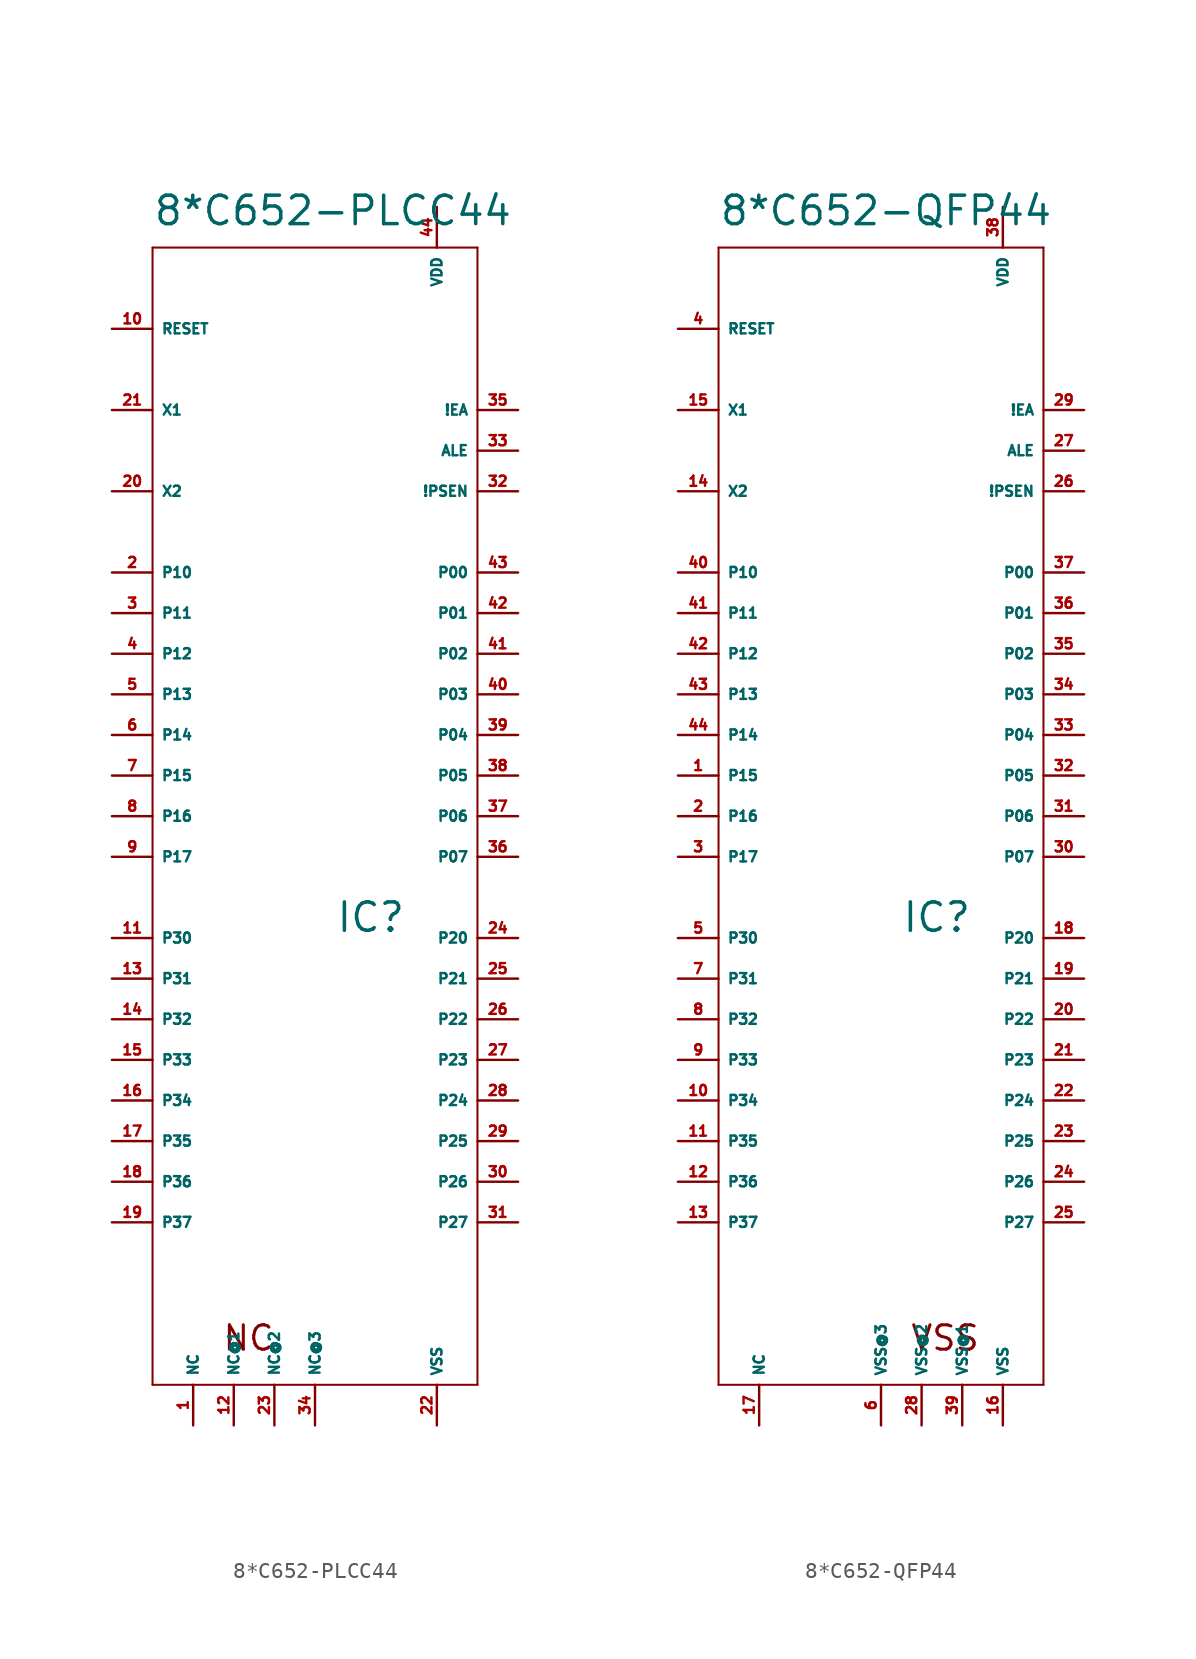
<source format=kicad_sym>
(kicad_symbol_lib
  (version 20220914)
  (generator Eagle2Kicad)
  (symbol "8*C652-PLCC44"
    (property "Reference" "IC"
      (at 1.27 -4.826 0)
      (effects (font (size 1.778 1.778) (thickness 0.22)) (justify left bottom)))
    (property "Value" "8*C652-PLCC44"
      (at -10.16 39.37 0)
      (effects (font (size 1.778 1.778) (thickness 0.22)) (justify left bottom)))
    (polyline
      (pts (xy -10.16 38.1) (xy 10.16 38.1))
      (stroke (width 0.127) (type default))
      (fill (type none)))
    (polyline
      (pts (xy 10.16 38.1) (xy 10.16 -33.02))
      (stroke (width 0.127) (type default))
      (fill (type none)))
    (polyline
      (pts (xy 10.16 -33.02) (xy -10.16 -33.02))
      (stroke (width 0.127) (type default))
      (fill (type none)))
    (polyline
      (pts (xy -10.16 -33.02) (xy -10.16 38.1))
      (stroke (width 0.127) (type default))
      (fill (type none)))
    (text "NC"
      (at -5.842 -30.988 0)
      (effects (font (size 1.524 1.524) (thickness 0.19)) (justify left bottom)))
    (pin bidirectional line
      (at -12.7 5.08 0)
      (length 2.54)
      (name "P15" (effects (font (size 0.635 0.635) (thickness 0.08)) (justify left bottom)))
      (number "7" (effects (font (size 0.635 0.635) (thickness 0.08)) (justify left bottom))))
    (pin bidirectional line
      (at -12.7 2.54 0)
      (length 2.54)
      (name "P16" (effects (font (size 0.635 0.635) (thickness 0.08)) (justify left bottom)))
      (number "8" (effects (font (size 0.635 0.635) (thickness 0.08)) (justify left bottom))))
    (pin bidirectional line
      (at -12.7 0 0)
      (length 2.54)
      (name "P17" (effects (font (size 0.635 0.635) (thickness 0.08)) (justify left bottom)))
      (number "9" (effects (font (size 0.635 0.635) (thickness 0.08)) (justify left bottom))))
    (pin bidirectional line
      (at -12.7 33.02 0)
      (length 2.54)
      (name "RESET" (effects (font (size 0.635 0.635) (thickness 0.08)) (justify left bottom)))
      (number "10" (effects (font (size 0.635 0.635) (thickness 0.08)) (justify left bottom))))
    (pin bidirectional line
      (at -12.7 -5.08 0)
      (length 2.54)
      (name "P30" (effects (font (size 0.635 0.635) (thickness 0.08)) (justify left bottom)))
      (number "11" (effects (font (size 0.635 0.635) (thickness 0.08)) (justify left bottom))))
    (pin bidirectional line
      (at -5.08 -35.56 90)
      (length 2.54)
      (name "NC@1" (effects (font (size 0.635 0.635) (thickness 0.08)) (justify left bottom)))
      (number "12" (effects (font (size 0.635 0.635) (thickness 0.08)) (justify left bottom))))
    (pin bidirectional line
      (at -12.7 -7.62 0)
      (length 2.54)
      (name "P31" (effects (font (size 0.635 0.635) (thickness 0.08)) (justify left bottom)))
      (number "13" (effects (font (size 0.635 0.635) (thickness 0.08)) (justify left bottom))))
    (pin bidirectional line
      (at -12.7 -10.16 0)
      (length 2.54)
      (name "P32" (effects (font (size 0.635 0.635) (thickness 0.08)) (justify left bottom)))
      (number "14" (effects (font (size 0.635 0.635) (thickness 0.08)) (justify left bottom))))
    (pin bidirectional line
      (at -12.7 -12.7 0)
      (length 2.54)
      (name "P33" (effects (font (size 0.635 0.635) (thickness 0.08)) (justify left bottom)))
      (number "15" (effects (font (size 0.635 0.635) (thickness 0.08)) (justify left bottom))))
    (pin bidirectional line
      (at -12.7 -15.24 0)
      (length 2.54)
      (name "P34" (effects (font (size 0.635 0.635) (thickness 0.08)) (justify left bottom)))
      (number "16" (effects (font (size 0.635 0.635) (thickness 0.08)) (justify left bottom))))
    (pin bidirectional line
      (at -12.7 -17.78 0)
      (length 2.54)
      (name "P35" (effects (font (size 0.635 0.635) (thickness 0.08)) (justify left bottom)))
      (number "17" (effects (font (size 0.635 0.635) (thickness 0.08)) (justify left bottom))))
    (pin bidirectional line
      (at -12.7 -20.32 0)
      (length 2.54)
      (name "P36" (effects (font (size 0.635 0.635) (thickness 0.08)) (justify left bottom)))
      (number "18" (effects (font (size 0.635 0.635) (thickness 0.08)) (justify left bottom))))
    (pin bidirectional line
      (at -12.7 -22.86 0)
      (length 2.54)
      (name "P37" (effects (font (size 0.635 0.635) (thickness 0.08)) (justify left bottom)))
      (number "19" (effects (font (size 0.635 0.635) (thickness 0.08)) (justify left bottom))))
    (pin output line
      (at -12.7 22.86 0)
      (length 2.54)
      (name "X2" (effects (font (size 0.635 0.635) (thickness 0.08)) (justify left bottom)))
      (number "20" (effects (font (size 0.635 0.635) (thickness 0.08)) (justify left bottom))))
    (pin input line
      (at -12.7 27.94 0)
      (length 2.54)
      (name "X1" (effects (font (size 0.635 0.635) (thickness 0.08)) (justify left bottom)))
      (number "21" (effects (font (size 0.635 0.635) (thickness 0.08)) (justify left bottom))))
    (pin unspecified line
      (at 7.62 -35.56 90)
      (length 2.54)
      (name "VSS" (effects (font (size 0.635 0.635) (thickness 0.08)) (justify left bottom)))
      (number "22" (effects (font (size 0.635 0.635) (thickness 0.08)) (justify left bottom))))
    (pin bidirectional line
      (at -7.62 -35.56 90)
      (length 2.54)
      (name "NC" (effects (font (size 0.635 0.635) (thickness 0.08)) (justify left bottom)))
      (number "1" (effects (font (size 0.635 0.635) (thickness 0.08)) (justify left bottom))))
    (pin bidirectional line
      (at 12.7 -5.08 180)
      (length 2.54)
      (name "P20" (effects (font (size 0.635 0.635) (thickness 0.08)) (justify left bottom)))
      (number "24" (effects (font (size 0.635 0.635) (thickness 0.08)) (justify left bottom))))
    (pin bidirectional line
      (at 12.7 -7.62 180)
      (length 2.54)
      (name "P21" (effects (font (size 0.635 0.635) (thickness 0.08)) (justify left bottom)))
      (number "25" (effects (font (size 0.635 0.635) (thickness 0.08)) (justify left bottom))))
    (pin bidirectional line
      (at 12.7 -10.16 180)
      (length 2.54)
      (name "P22" (effects (font (size 0.635 0.635) (thickness 0.08)) (justify left bottom)))
      (number "26" (effects (font (size 0.635 0.635) (thickness 0.08)) (justify left bottom))))
    (pin bidirectional line
      (at 12.7 -12.7 180)
      (length 2.54)
      (name "P23" (effects (font (size 0.635 0.635) (thickness 0.08)) (justify left bottom)))
      (number "27" (effects (font (size 0.635 0.635) (thickness 0.08)) (justify left bottom))))
    (pin bidirectional line
      (at 12.7 -15.24 180)
      (length 2.54)
      (name "P24" (effects (font (size 0.635 0.635) (thickness 0.08)) (justify left bottom)))
      (number "28" (effects (font (size 0.635 0.635) (thickness 0.08)) (justify left bottom))))
    (pin bidirectional line
      (at 12.7 -17.78 180)
      (length 2.54)
      (name "P25" (effects (font (size 0.635 0.635) (thickness 0.08)) (justify left bottom)))
      (number "29" (effects (font (size 0.635 0.635) (thickness 0.08)) (justify left bottom))))
    (pin bidirectional line
      (at 12.7 -20.32 180)
      (length 2.54)
      (name "P26" (effects (font (size 0.635 0.635) (thickness 0.08)) (justify left bottom)))
      (number "30" (effects (font (size 0.635 0.635) (thickness 0.08)) (justify left bottom))))
    (pin bidirectional line
      (at 12.7 -22.86 180)
      (length 2.54)
      (name "P27" (effects (font (size 0.635 0.635) (thickness 0.08)) (justify left bottom)))
      (number "31" (effects (font (size 0.635 0.635) (thickness 0.08)) (justify left bottom))))
    (pin output line
      (at 12.7 22.86 180)
      (length 2.54)
      (name "!PSEN" (effects (font (size 0.635 0.635) (thickness 0.08)) (justify left bottom)))
      (number "32" (effects (font (size 0.635 0.635) (thickness 0.08)) (justify left bottom))))
    (pin output line
      (at 12.7 25.4 180)
      (length 2.54)
      (name "ALE" (effects (font (size 0.635 0.635) (thickness 0.08)) (justify left bottom)))
      (number "33" (effects (font (size 0.635 0.635) (thickness 0.08)) (justify left bottom))))
    (pin bidirectional line
      (at -2.54 -35.56 90)
      (length 2.54)
      (name "NC@2" (effects (font (size 0.635 0.635) (thickness 0.08)) (justify left bottom)))
      (number "23" (effects (font (size 0.635 0.635) (thickness 0.08)) (justify left bottom))))
    (pin input line
      (at 12.7 27.94 180)
      (length 2.54)
      (name "!EA" (effects (font (size 0.635 0.635) (thickness 0.08)) (justify left bottom)))
      (number "35" (effects (font (size 0.635 0.635) (thickness 0.08)) (justify left bottom))))
    (pin bidirectional line
      (at 12.7 0 180)
      (length 2.54)
      (name "P07" (effects (font (size 0.635 0.635) (thickness 0.08)) (justify left bottom)))
      (number "36" (effects (font (size 0.635 0.635) (thickness 0.08)) (justify left bottom))))
    (pin bidirectional line
      (at 12.7 2.54 180)
      (length 2.54)
      (name "P06" (effects (font (size 0.635 0.635) (thickness 0.08)) (justify left bottom)))
      (number "37" (effects (font (size 0.635 0.635) (thickness 0.08)) (justify left bottom))))
    (pin bidirectional line
      (at 12.7 5.08 180)
      (length 2.54)
      (name "P05" (effects (font (size 0.635 0.635) (thickness 0.08)) (justify left bottom)))
      (number "38" (effects (font (size 0.635 0.635) (thickness 0.08)) (justify left bottom))))
    (pin bidirectional line
      (at 12.7 7.62 180)
      (length 2.54)
      (name "P04" (effects (font (size 0.635 0.635) (thickness 0.08)) (justify left bottom)))
      (number "39" (effects (font (size 0.635 0.635) (thickness 0.08)) (justify left bottom))))
    (pin bidirectional line
      (at 12.7 10.16 180)
      (length 2.54)
      (name "P03" (effects (font (size 0.635 0.635) (thickness 0.08)) (justify left bottom)))
      (number "40" (effects (font (size 0.635 0.635) (thickness 0.08)) (justify left bottom))))
    (pin bidirectional line
      (at 12.7 12.7 180)
      (length 2.54)
      (name "P02" (effects (font (size 0.635 0.635) (thickness 0.08)) (justify left bottom)))
      (number "41" (effects (font (size 0.635 0.635) (thickness 0.08)) (justify left bottom))))
    (pin bidirectional line
      (at 12.7 15.24 180)
      (length 2.54)
      (name "P01" (effects (font (size 0.635 0.635) (thickness 0.08)) (justify left bottom)))
      (number "42" (effects (font (size 0.635 0.635) (thickness 0.08)) (justify left bottom))))
    (pin bidirectional line
      (at 12.7 17.78 180)
      (length 2.54)
      (name "P00" (effects (font (size 0.635 0.635) (thickness 0.08)) (justify left bottom)))
      (number "43" (effects (font (size 0.635 0.635) (thickness 0.08)) (justify left bottom))))
    (pin unspecified line
      (at 7.62 40.64 270)
      (length 2.54)
      (name "VDD" (effects (font (size 0.635 0.635) (thickness 0.08)) (justify left bottom)))
      (number "44" (effects (font (size 0.635 0.635) (thickness 0.08)) (justify left bottom))))
    (pin bidirectional line
      (at 0 -35.56 90)
      (length 2.54)
      (name "NC@3" (effects (font (size 0.635 0.635) (thickness 0.08)) (justify left bottom)))
      (number "34" (effects (font (size 0.635 0.635) (thickness 0.08)) (justify left bottom))))
    (pin bidirectional line
      (at -12.7 17.78 0)
      (length 2.54)
      (name "P10" (effects (font (size 0.635 0.635) (thickness 0.08)) (justify left bottom)))
      (number "2" (effects (font (size 0.635 0.635) (thickness 0.08)) (justify left bottom))))
    (pin bidirectional line
      (at -12.7 15.24 0)
      (length 2.54)
      (name "P11" (effects (font (size 0.635 0.635) (thickness 0.08)) (justify left bottom)))
      (number "3" (effects (font (size 0.635 0.635) (thickness 0.08)) (justify left bottom))))
    (pin bidirectional line
      (at -12.7 12.7 0)
      (length 2.54)
      (name "P12" (effects (font (size 0.635 0.635) (thickness 0.08)) (justify left bottom)))
      (number "4" (effects (font (size 0.635 0.635) (thickness 0.08)) (justify left bottom))))
    (pin bidirectional line
      (at -12.7 10.16 0)
      (length 2.54)
      (name "P13" (effects (font (size 0.635 0.635) (thickness 0.08)) (justify left bottom)))
      (number "5" (effects (font (size 0.635 0.635) (thickness 0.08)) (justify left bottom))))
    (pin bidirectional line
      (at -12.7 7.62 0)
      (length 2.54)
      (name "P14" (effects (font (size 0.635 0.635) (thickness 0.08)) (justify left bottom)))
      (number "6" (effects (font (size 0.635 0.635) (thickness 0.08)) (justify left bottom)))))
  (symbol "8*C652-QFP44"
    (property "Reference" "IC"
      (at 1.27 -4.826 0)
      (effects (font (size 1.778 1.778) (thickness 0.22)) (justify left bottom)))
    (property "Value" "8*C652-QFP44"
      (at -10.16 39.37 0)
      (effects (font (size 1.778 1.778) (thickness 0.22)) (justify left bottom)))
    (polyline
      (pts (xy -10.16 38.1) (xy 10.16 38.1))
      (stroke (width 0.127) (type default))
      (fill (type none)))
    (polyline
      (pts (xy 10.16 38.1) (xy 10.16 -33.02))
      (stroke (width 0.127) (type default))
      (fill (type none)))
    (polyline
      (pts (xy 10.16 -33.02) (xy -10.16 -33.02))
      (stroke (width 0.127) (type default))
      (fill (type none)))
    (polyline
      (pts (xy -10.16 -33.02) (xy -10.16 38.1))
      (stroke (width 0.127) (type default))
      (fill (type none)))
    (text "VSS"
      (at 1.778 -30.988 0)
      (effects (font (size 1.524 1.524) (thickness 0.19)) (justify left bottom)))
    (pin bidirectional line
      (at -12.7 5.08 0)
      (length 2.54)
      (name "P15" (effects (font (size 0.635 0.635) (thickness 0.08)) (justify left bottom)))
      (number "1" (effects (font (size 0.635 0.635) (thickness 0.08)) (justify left bottom))))
    (pin bidirectional line
      (at -12.7 2.54 0)
      (length 2.54)
      (name "P16" (effects (font (size 0.635 0.635) (thickness 0.08)) (justify left bottom)))
      (number "2" (effects (font (size 0.635 0.635) (thickness 0.08)) (justify left bottom))))
    (pin bidirectional line
      (at -12.7 0 0)
      (length 2.54)
      (name "P17" (effects (font (size 0.635 0.635) (thickness 0.08)) (justify left bottom)))
      (number "3" (effects (font (size 0.635 0.635) (thickness 0.08)) (justify left bottom))))
    (pin bidirectional line
      (at -12.7 33.02 0)
      (length 2.54)
      (name "RESET" (effects (font (size 0.635 0.635) (thickness 0.08)) (justify left bottom)))
      (number "4" (effects (font (size 0.635 0.635) (thickness 0.08)) (justify left bottom))))
    (pin bidirectional line
      (at -12.7 -5.08 0)
      (length 2.54)
      (name "P30" (effects (font (size 0.635 0.635) (thickness 0.08)) (justify left bottom)))
      (number "5" (effects (font (size 0.635 0.635) (thickness 0.08)) (justify left bottom))))
    (pin bidirectional line
      (at 0 -35.56 90)
      (length 2.54)
      (name "VSS@3" (effects (font (size 0.635 0.635) (thickness 0.08)) (justify left bottom)))
      (number "6" (effects (font (size 0.635 0.635) (thickness 0.08)) (justify left bottom))))
    (pin bidirectional line
      (at -12.7 -7.62 0)
      (length 2.54)
      (name "P31" (effects (font (size 0.635 0.635) (thickness 0.08)) (justify left bottom)))
      (number "7" (effects (font (size 0.635 0.635) (thickness 0.08)) (justify left bottom))))
    (pin bidirectional line
      (at -12.7 -10.16 0)
      (length 2.54)
      (name "P32" (effects (font (size 0.635 0.635) (thickness 0.08)) (justify left bottom)))
      (number "8" (effects (font (size 0.635 0.635) (thickness 0.08)) (justify left bottom))))
    (pin bidirectional line
      (at -12.7 -12.7 0)
      (length 2.54)
      (name "P33" (effects (font (size 0.635 0.635) (thickness 0.08)) (justify left bottom)))
      (number "9" (effects (font (size 0.635 0.635) (thickness 0.08)) (justify left bottom))))
    (pin bidirectional line
      (at -12.7 -15.24 0)
      (length 2.54)
      (name "P34" (effects (font (size 0.635 0.635) (thickness 0.08)) (justify left bottom)))
      (number "10" (effects (font (size 0.635 0.635) (thickness 0.08)) (justify left bottom))))
    (pin bidirectional line
      (at -12.7 -17.78 0)
      (length 2.54)
      (name "P35" (effects (font (size 0.635 0.635) (thickness 0.08)) (justify left bottom)))
      (number "11" (effects (font (size 0.635 0.635) (thickness 0.08)) (justify left bottom))))
    (pin bidirectional line
      (at -12.7 -20.32 0)
      (length 2.54)
      (name "P36" (effects (font (size 0.635 0.635) (thickness 0.08)) (justify left bottom)))
      (number "12" (effects (font (size 0.635 0.635) (thickness 0.08)) (justify left bottom))))
    (pin bidirectional line
      (at -12.7 -22.86 0)
      (length 2.54)
      (name "P37" (effects (font (size 0.635 0.635) (thickness 0.08)) (justify left bottom)))
      (number "13" (effects (font (size 0.635 0.635) (thickness 0.08)) (justify left bottom))))
    (pin output line
      (at -12.7 22.86 0)
      (length 2.54)
      (name "X2" (effects (font (size 0.635 0.635) (thickness 0.08)) (justify left bottom)))
      (number "14" (effects (font (size 0.635 0.635) (thickness 0.08)) (justify left bottom))))
    (pin input line
      (at -12.7 27.94 0)
      (length 2.54)
      (name "X1" (effects (font (size 0.635 0.635) (thickness 0.08)) (justify left bottom)))
      (number "15" (effects (font (size 0.635 0.635) (thickness 0.08)) (justify left bottom))))
    (pin unspecified line
      (at 7.62 -35.56 90)
      (length 2.54)
      (name "VSS" (effects (font (size 0.635 0.635) (thickness 0.08)) (justify left bottom)))
      (number "16" (effects (font (size 0.635 0.635) (thickness 0.08)) (justify left bottom))))
    (pin bidirectional line
      (at -7.62 -35.56 90)
      (length 2.54)
      (name "NC" (effects (font (size 0.635 0.635) (thickness 0.08)) (justify left bottom)))
      (number "17" (effects (font (size 0.635 0.635) (thickness 0.08)) (justify left bottom))))
    (pin bidirectional line
      (at 12.7 -5.08 180)
      (length 2.54)
      (name "P20" (effects (font (size 0.635 0.635) (thickness 0.08)) (justify left bottom)))
      (number "18" (effects (font (size 0.635 0.635) (thickness 0.08)) (justify left bottom))))
    (pin bidirectional line
      (at 12.7 -7.62 180)
      (length 2.54)
      (name "P21" (effects (font (size 0.635 0.635) (thickness 0.08)) (justify left bottom)))
      (number "19" (effects (font (size 0.635 0.635) (thickness 0.08)) (justify left bottom))))
    (pin bidirectional line
      (at 12.7 -10.16 180)
      (length 2.54)
      (name "P22" (effects (font (size 0.635 0.635) (thickness 0.08)) (justify left bottom)))
      (number "20" (effects (font (size 0.635 0.635) (thickness 0.08)) (justify left bottom))))
    (pin bidirectional line
      (at 12.7 -12.7 180)
      (length 2.54)
      (name "P23" (effects (font (size 0.635 0.635) (thickness 0.08)) (justify left bottom)))
      (number "21" (effects (font (size 0.635 0.635) (thickness 0.08)) (justify left bottom))))
    (pin bidirectional line
      (at 12.7 -15.24 180)
      (length 2.54)
      (name "P24" (effects (font (size 0.635 0.635) (thickness 0.08)) (justify left bottom)))
      (number "22" (effects (font (size 0.635 0.635) (thickness 0.08)) (justify left bottom))))
    (pin bidirectional line
      (at 12.7 -17.78 180)
      (length 2.54)
      (name "P25" (effects (font (size 0.635 0.635) (thickness 0.08)) (justify left bottom)))
      (number "23" (effects (font (size 0.635 0.635) (thickness 0.08)) (justify left bottom))))
    (pin bidirectional line
      (at 12.7 -20.32 180)
      (length 2.54)
      (name "P26" (effects (font (size 0.635 0.635) (thickness 0.08)) (justify left bottom)))
      (number "24" (effects (font (size 0.635 0.635) (thickness 0.08)) (justify left bottom))))
    (pin bidirectional line
      (at 12.7 -22.86 180)
      (length 2.54)
      (name "P27" (effects (font (size 0.635 0.635) (thickness 0.08)) (justify left bottom)))
      (number "25" (effects (font (size 0.635 0.635) (thickness 0.08)) (justify left bottom))))
    (pin output line
      (at 12.7 22.86 180)
      (length 2.54)
      (name "!PSEN" (effects (font (size 0.635 0.635) (thickness 0.08)) (justify left bottom)))
      (number "26" (effects (font (size 0.635 0.635) (thickness 0.08)) (justify left bottom))))
    (pin output line
      (at 12.7 25.4 180)
      (length 2.54)
      (name "ALE" (effects (font (size 0.635 0.635) (thickness 0.08)) (justify left bottom)))
      (number "27" (effects (font (size 0.635 0.635) (thickness 0.08)) (justify left bottom))))
    (pin bidirectional line
      (at 2.54 -35.56 90)
      (length 2.54)
      (name "VSS@2" (effects (font (size 0.635 0.635) (thickness 0.08)) (justify left bottom)))
      (number "28" (effects (font (size 0.635 0.635) (thickness 0.08)) (justify left bottom))))
    (pin input line
      (at 12.7 27.94 180)
      (length 2.54)
      (name "!EA" (effects (font (size 0.635 0.635) (thickness 0.08)) (justify left bottom)))
      (number "29" (effects (font (size 0.635 0.635) (thickness 0.08)) (justify left bottom))))
    (pin bidirectional line
      (at 12.7 0 180)
      (length 2.54)
      (name "P07" (effects (font (size 0.635 0.635) (thickness 0.08)) (justify left bottom)))
      (number "30" (effects (font (size 0.635 0.635) (thickness 0.08)) (justify left bottom))))
    (pin bidirectional line
      (at 12.7 2.54 180)
      (length 2.54)
      (name "P06" (effects (font (size 0.635 0.635) (thickness 0.08)) (justify left bottom)))
      (number "31" (effects (font (size 0.635 0.635) (thickness 0.08)) (justify left bottom))))
    (pin bidirectional line
      (at 12.7 5.08 180)
      (length 2.54)
      (name "P05" (effects (font (size 0.635 0.635) (thickness 0.08)) (justify left bottom)))
      (number "32" (effects (font (size 0.635 0.635) (thickness 0.08)) (justify left bottom))))
    (pin bidirectional line
      (at 12.7 7.62 180)
      (length 2.54)
      (name "P04" (effects (font (size 0.635 0.635) (thickness 0.08)) (justify left bottom)))
      (number "33" (effects (font (size 0.635 0.635) (thickness 0.08)) (justify left bottom))))
    (pin bidirectional line
      (at 12.7 10.16 180)
      (length 2.54)
      (name "P03" (effects (font (size 0.635 0.635) (thickness 0.08)) (justify left bottom)))
      (number "34" (effects (font (size 0.635 0.635) (thickness 0.08)) (justify left bottom))))
    (pin bidirectional line
      (at 12.7 12.7 180)
      (length 2.54)
      (name "P02" (effects (font (size 0.635 0.635) (thickness 0.08)) (justify left bottom)))
      (number "35" (effects (font (size 0.635 0.635) (thickness 0.08)) (justify left bottom))))
    (pin bidirectional line
      (at 12.7 15.24 180)
      (length 2.54)
      (name "P01" (effects (font (size 0.635 0.635) (thickness 0.08)) (justify left bottom)))
      (number "36" (effects (font (size 0.635 0.635) (thickness 0.08)) (justify left bottom))))
    (pin bidirectional line
      (at 12.7 17.78 180)
      (length 2.54)
      (name "P00" (effects (font (size 0.635 0.635) (thickness 0.08)) (justify left bottom)))
      (number "37" (effects (font (size 0.635 0.635) (thickness 0.08)) (justify left bottom))))
    (pin unspecified line
      (at 7.62 40.64 270)
      (length 2.54)
      (name "VDD" (effects (font (size 0.635 0.635) (thickness 0.08)) (justify left bottom)))
      (number "38" (effects (font (size 0.635 0.635) (thickness 0.08)) (justify left bottom))))
    (pin bidirectional line
      (at 5.08 -35.56 90)
      (length 2.54)
      (name "VSS@1" (effects (font (size 0.635 0.635) (thickness 0.08)) (justify left bottom)))
      (number "39" (effects (font (size 0.635 0.635) (thickness 0.08)) (justify left bottom))))
    (pin bidirectional line
      (at -12.7 17.78 0)
      (length 2.54)
      (name "P10" (effects (font (size 0.635 0.635) (thickness 0.08)) (justify left bottom)))
      (number "40" (effects (font (size 0.635 0.635) (thickness 0.08)) (justify left bottom))))
    (pin bidirectional line
      (at -12.7 15.24 0)
      (length 2.54)
      (name "P11" (effects (font (size 0.635 0.635) (thickness 0.08)) (justify left bottom)))
      (number "41" (effects (font (size 0.635 0.635) (thickness 0.08)) (justify left bottom))))
    (pin bidirectional line
      (at -12.7 12.7 0)
      (length 2.54)
      (name "P12" (effects (font (size 0.635 0.635) (thickness 0.08)) (justify left bottom)))
      (number "42" (effects (font (size 0.635 0.635) (thickness 0.08)) (justify left bottom))))
    (pin bidirectional line
      (at -12.7 10.16 0)
      (length 2.54)
      (name "P13" (effects (font (size 0.635 0.635) (thickness 0.08)) (justify left bottom)))
      (number "43" (effects (font (size 0.635 0.635) (thickness 0.08)) (justify left bottom))))
    (pin bidirectional line
      (at -12.7 7.62 0)
      (length 2.54)
      (name "P14" (effects (font (size 0.635 0.635) (thickness 0.08)) (justify left bottom)))
      (number "44" (effects (font (size 0.635 0.635) (thickness 0.08)) (justify left bottom))))))
</source>
